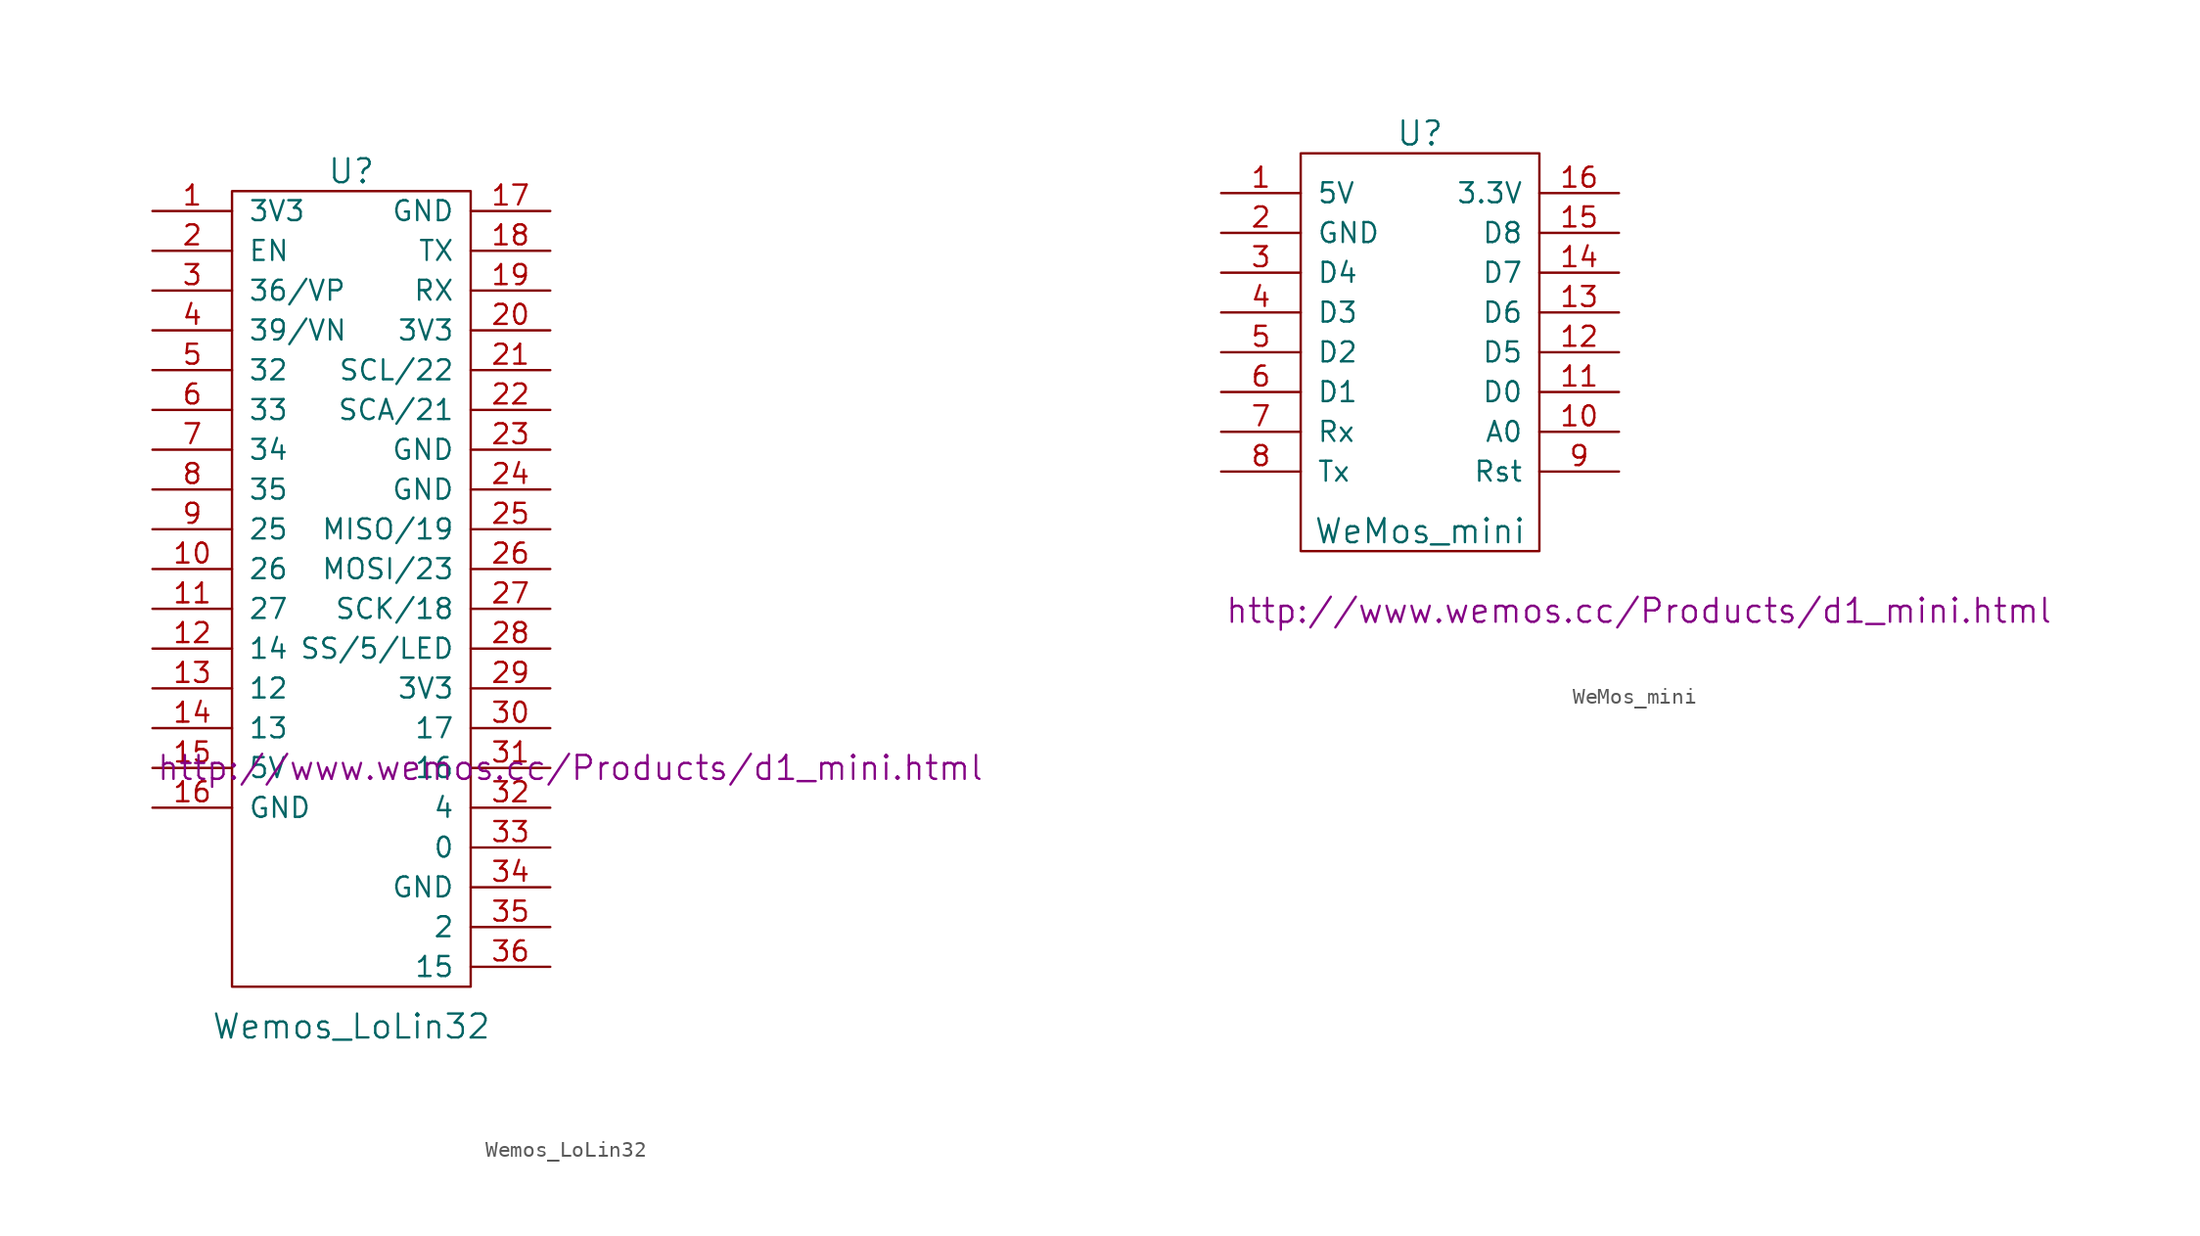
<source format=kicad_sym>
(kicad_symbol_lib
  (version 20211014)
  (generator kicad_symbol_editor)
  (symbol "Wemos_LoLin32"
    (pin_names
      (offset 1.016))
    (property "Reference" "U"
      (at 0 26.67 0)
      (effects (font (size 1.524 1.524))))
    (property "Value" "Wemos_LoLin32"
      (at 0 -27.94 0)
      (effects (font (size 1.524 1.524))))
    (property "Footprint" ""
      (at 13.97 -11.43 0)
      (effects (font (size 1.524 1.524))))
    (property "Datasheet" "http://www.wemos.cc/Products/d1_mini.html"
      (at 13.97 -11.43 0)
      (effects (font (size 1.524 1.524))))
    (symbol "Wemos_LoLin32_0_1"
      (rectangle (start -7.62 25.4) (end 7.62 -25.4) (stroke (width 0) (type default) (color 0 0 0 0)) (fill (type none))))
    (symbol "Wemos_LoLin32_1_1"
      (pin power_out line (at -12.7 24.13 0) (length 5.08) (name "3V3" (effects (font (size 1.27 1.27)))) (number "1" (effects (font (size 1.27 1.27)))))
      (pin bidirectional line (at -12.7 1.27 0) (length 5.08) (name "26" (effects (font (size 1.27 1.27)))) (number "10" (effects (font (size 1.27 1.27)))))
      (pin bidirectional line (at -12.7 -1.27 0) (length 5.08) (name "27" (effects (font (size 1.27 1.27)))) (number "11" (effects (font (size 1.27 1.27)))))
      (pin bidirectional line (at -12.7 -3.81 0) (length 5.08) (name "14" (effects (font (size 1.27 1.27)))) (number "12" (effects (font (size 1.27 1.27)))))
      (pin bidirectional line (at -12.7 -6.35 0) (length 5.08) (name "12" (effects (font (size 1.27 1.27)))) (number "13" (effects (font (size 1.27 1.27)))))
      (pin bidirectional line (at -12.7 -8.89 0) (length 5.08) (name "13" (effects (font (size 1.27 1.27)))) (number "14" (effects (font (size 1.27 1.27)))))
      (pin power_in line (at -12.7 -11.43 0) (length 5.08) (name "5V" (effects (font (size 1.27 1.27)))) (number "15" (effects (font (size 1.27 1.27)))))
      (pin power_in line (at -12.7 -13.97 0) (length 5.08) (name "GND" (effects (font (size 1.27 1.27)))) (number "16" (effects (font (size 1.27 1.27)))))
      (pin power_in line (at 12.7 24.13 180) (length 5.08) (name "GND" (effects (font (size 1.27 1.27)))) (number "17" (effects (font (size 1.27 1.27)))))
      (pin output line (at 12.7 21.59 180) (length 5.08) (name "TX" (effects (font (size 1.27 1.27)))) (number "18" (effects (font (size 1.27 1.27)))))
      (pin input line (at 12.7 19.05 180) (length 5.08) (name "RX" (effects (font (size 1.27 1.27)))) (number "19" (effects (font (size 1.27 1.27)))))
      (pin bidirectional line (at -12.7 21.59 0) (length 5.08) (name "EN" (effects (font (size 1.27 1.27)))) (number "2" (effects (font (size 1.27 1.27)))))
      (pin power_out line (at 12.7 16.51 180) (length 5.08) (name "3V3" (effects (font (size 1.27 1.27)))) (number "20" (effects (font (size 1.27 1.27)))))
      (pin bidirectional line (at 12.7 13.97 180) (length 5.08) (name "SCL/22" (effects (font (size 1.27 1.27)))) (number "21" (effects (font (size 1.27 1.27)))))
      (pin bidirectional line (at 12.7 11.43 180) (length 5.08) (name "SCA/21" (effects (font (size 1.27 1.27)))) (number "22" (effects (font (size 1.27 1.27)))))
      (pin power_in line (at 12.7 8.89 180) (length 5.08) (name "GND" (effects (font (size 1.27 1.27)))) (number "23" (effects (font (size 1.27 1.27)))))
      (pin power_in line (at 12.7 6.35 180) (length 5.08) (name "GND" (effects (font (size 1.27 1.27)))) (number "24" (effects (font (size 1.27 1.27)))))
      (pin bidirectional line (at 12.7 3.81 180) (length 5.08) (name "MISO/19" (effects (font (size 1.27 1.27)))) (number "25" (effects (font (size 1.27 1.27)))))
      (pin bidirectional line (at 12.7 1.27 180) (length 5.08) (name "MOSI/23" (effects (font (size 1.27 1.27)))) (number "26" (effects (font (size 1.27 1.27)))))
      (pin bidirectional line (at 12.7 -1.27 180) (length 5.08) (name "SCK/18" (effects (font (size 1.27 1.27)))) (number "27" (effects (font (size 1.27 1.27)))))
      (pin bidirectional line (at 12.7 -3.81 180) (length 5.08) (name "SS/5/LED" (effects (font (size 1.27 1.27)))) (number "28" (effects (font (size 1.27 1.27)))))
      (pin power_out line (at 12.7 -6.35 180) (length 5.08) (name "3V3" (effects (font (size 1.27 1.27)))) (number "29" (effects (font (size 1.27 1.27)))))
      (pin bidirectional line (at -12.7 19.05 0) (length 5.08) (name "36/VP" (effects (font (size 1.27 1.27)))) (number "3" (effects (font (size 1.27 1.27)))))
      (pin bidirectional line (at 12.7 -8.89 180) (length 5.08) (name "17" (effects (font (size 1.27 1.27)))) (number "30" (effects (font (size 1.27 1.27)))))
      (pin bidirectional line (at 12.7 -11.43 180) (length 5.08) (name "16" (effects (font (size 1.27 1.27)))) (number "31" (effects (font (size 1.27 1.27)))))
      (pin bidirectional line (at 12.7 -13.97 180) (length 5.08) (name "4" (effects (font (size 1.27 1.27)))) (number "32" (effects (font (size 1.27 1.27)))))
      (pin bidirectional line (at 12.7 -16.51 180) (length 5.08) (name "0" (effects (font (size 1.27 1.27)))) (number "33" (effects (font (size 1.27 1.27)))))
      (pin power_in line (at 12.7 -19.05 180) (length 5.08) (name "GND" (effects (font (size 1.27 1.27)))) (number "34" (effects (font (size 1.27 1.27)))))
      (pin bidirectional line (at 12.7 -21.59 180) (length 5.08) (name "2" (effects (font (size 1.27 1.27)))) (number "35" (effects (font (size 1.27 1.27)))))
      (pin bidirectional line (at 12.7 -24.13 180) (length 5.08) (name "15" (effects (font (size 1.27 1.27)))) (number "36" (effects (font (size 1.27 1.27)))))
      (pin bidirectional line (at -12.7 16.51 0) (length 5.08) (name "39/VN" (effects (font (size 1.27 1.27)))) (number "4" (effects (font (size 1.27 1.27)))))
      (pin bidirectional line (at -12.7 13.97 0) (length 5.08) (name "32" (effects (font (size 1.27 1.27)))) (number "5" (effects (font (size 1.27 1.27)))))
      (pin bidirectional line (at -12.7 11.43 0) (length 5.08) (name "33" (effects (font (size 1.27 1.27)))) (number "6" (effects (font (size 1.27 1.27)))))
      (pin bidirectional line (at -12.7 8.89 0) (length 5.08) (name "34" (effects (font (size 1.27 1.27)))) (number "7" (effects (font (size 1.27 1.27)))))
      (pin bidirectional line (at -12.7 6.35 0) (length 5.08) (name "35" (effects (font (size 1.27 1.27)))) (number "8" (effects (font (size 1.27 1.27)))))
      (pin bidirectional line (at -12.7 3.81 0) (length 5.08) (name "25" (effects (font (size 1.27 1.27)))) (number "9" (effects (font (size 1.27 1.27)))))))
  (symbol "WeMos_mini"
    (pin_names
      (offset 1.016))
    (property "Reference" "U"
      (at 0 12.7 0)
      (effects (font (size 1.524 1.524))))
    (property "Value" "WeMos_mini"
      (at 0 -12.7 0)
      (effects (font (size 1.524 1.524))))
    (property "Footprint" ""
      (at 13.97 -17.78 0)
      (effects (font (size 1.524 1.524))))
    (property "Datasheet" "http://www.wemos.cc/Products/d1_mini.html"
      (at 13.97 -17.78 0)
      (effects (font (size 1.524 1.524))))
    (symbol "WeMos_mini_0_1"
      (rectangle (start -7.62 11.43) (end 7.62 -13.97) (stroke (width 0) (type default) (color 0 0 0 0)) (fill (type none))))
    (symbol "WeMos_mini_1_1"
      (pin power_in line (at -12.7 8.89 0) (length 5.08) (name "5V" (effects (font (size 1.27 1.27)))) (number "1" (effects (font (size 1.27 1.27)))))
      (pin bidirectional line (at 12.7 -6.35 180) (length 5.08) (name "A0" (effects (font (size 1.27 1.27)))) (number "10" (effects (font (size 1.27 1.27)))))
      (pin bidirectional line (at 12.7 -3.81 180) (length 5.08) (name "D0" (effects (font (size 1.27 1.27)))) (number "11" (effects (font (size 1.27 1.27)))))
      (pin bidirectional line (at 12.7 -1.27 180) (length 5.08) (name "D5" (effects (font (size 1.27 1.27)))) (number "12" (effects (font (size 1.27 1.27)))))
      (pin bidirectional line (at 12.7 1.27 180) (length 5.08) (name "D6" (effects (font (size 1.27 1.27)))) (number "13" (effects (font (size 1.27 1.27)))))
      (pin bidirectional line (at 12.7 3.81 180) (length 5.08) (name "D7" (effects (font (size 1.27 1.27)))) (number "14" (effects (font (size 1.27 1.27)))))
      (pin bidirectional line (at 12.7 6.35 180) (length 5.08) (name "D8" (effects (font (size 1.27 1.27)))) (number "15" (effects (font (size 1.27 1.27)))))
      (pin power_out line (at 12.7 8.89 180) (length 5.08) (name "3.3V" (effects (font (size 1.27 1.27)))) (number "16" (effects (font (size 1.27 1.27)))))
      (pin power_in line (at -12.7 6.35 0) (length 5.08) (name "GND" (effects (font (size 1.27 1.27)))) (number "2" (effects (font (size 1.27 1.27)))))
      (pin bidirectional line (at -12.7 3.81 0) (length 5.08) (name "D4" (effects (font (size 1.27 1.27)))) (number "3" (effects (font (size 1.27 1.27)))))
      (pin bidirectional line (at -12.7 1.27 0) (length 5.08) (name "D3" (effects (font (size 1.27 1.27)))) (number "4" (effects (font (size 1.27 1.27)))))
      (pin bidirectional line (at -12.7 -1.27 0) (length 5.08) (name "D2" (effects (font (size 1.27 1.27)))) (number "5" (effects (font (size 1.27 1.27)))))
      (pin bidirectional line (at -12.7 -3.81 0) (length 5.08) (name "D1" (effects (font (size 1.27 1.27)))) (number "6" (effects (font (size 1.27 1.27)))))
      (pin bidirectional line (at -12.7 -6.35 0) (length 5.08) (name "Rx" (effects (font (size 1.27 1.27)))) (number "7" (effects (font (size 1.27 1.27)))))
      (pin bidirectional line (at -12.7 -8.89 0) (length 5.08) (name "Tx" (effects (font (size 1.27 1.27)))) (number "8" (effects (font (size 1.27 1.27)))))
      (pin bidirectional line (at 12.7 -8.89 180) (length 5.08) (name "Rst" (effects (font (size 1.27 1.27)))) (number "9" (effects (font (size 1.27 1.27))))))))
</source>
